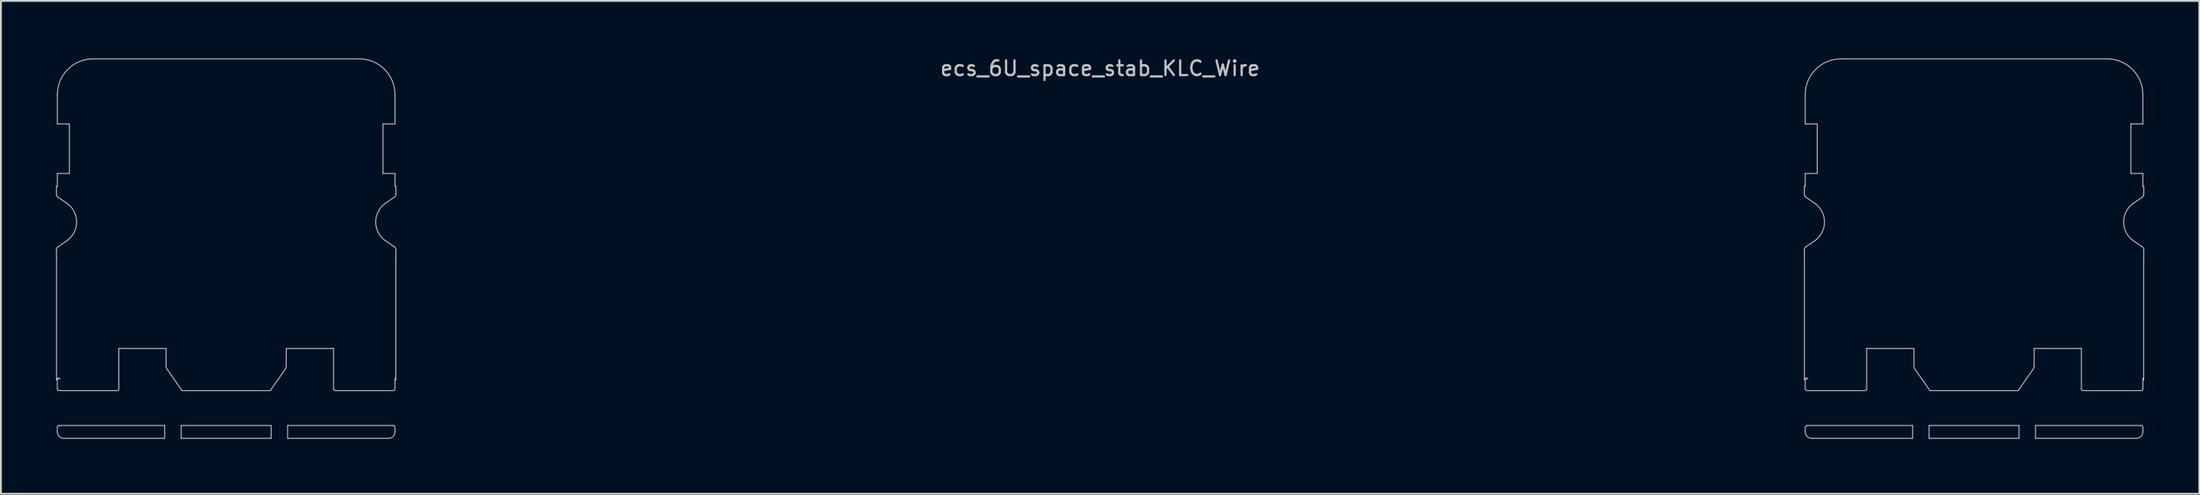
<source format=kicad_pcb>
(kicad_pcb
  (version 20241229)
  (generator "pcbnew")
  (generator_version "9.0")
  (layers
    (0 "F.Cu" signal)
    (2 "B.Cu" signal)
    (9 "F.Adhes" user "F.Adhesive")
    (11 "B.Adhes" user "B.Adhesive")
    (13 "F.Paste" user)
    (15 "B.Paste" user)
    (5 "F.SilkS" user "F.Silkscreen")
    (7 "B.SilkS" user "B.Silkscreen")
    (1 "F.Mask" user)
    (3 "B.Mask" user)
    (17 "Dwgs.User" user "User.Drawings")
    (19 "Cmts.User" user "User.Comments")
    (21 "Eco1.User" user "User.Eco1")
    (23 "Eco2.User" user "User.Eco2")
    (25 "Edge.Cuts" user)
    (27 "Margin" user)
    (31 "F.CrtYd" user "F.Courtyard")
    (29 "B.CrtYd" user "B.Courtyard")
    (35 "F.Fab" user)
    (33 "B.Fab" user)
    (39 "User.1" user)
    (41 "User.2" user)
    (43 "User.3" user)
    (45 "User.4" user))
  (footprint "ecs_6U_space_stab_KLC_Wire"
    (layer "F.Cu")
    (at 56.9 9.061)
    (property "Reference" "ecs_6U_space_stab_KLC_Wire" (at 0 -8.382 0) (layer "Dwgs.User") (effects (font (size 0.8 0.8) (thickness 0.12))))
    (attr smd)
    (fp_line (start -56.875 -1.95) (end -56.825 -1.95) (stroke (width 0.05) (type solid)) (layer "Dwgs.User"))
    (fp_line (start -56.875 -1.516) (end -56.875 -1.95) (stroke (width 0.05) (type solid)) (layer "Dwgs.User"))
    (fp_line (start -56.875 1.95) (end -56.875 1.516) (stroke (width 0.05) (type solid)) (layer "Dwgs.User"))
    (fp_line (start -56.869 1.95) (end -56.875 1.95) (stroke (width 0.05) (type solid)) (layer "Dwgs.User"))
    (fp_line (start -56.869 8.616) (end -56.869 1.95) (stroke (width 0.05) (type solid)) (layer "Dwgs.User"))
    (fp_line (start -56.825 -5.35) (end -56.825 -6.95) (stroke (width 0.05) (type solid)) (layer "Dwgs.User"))
    (fp_line (start -56.825 -2.65) (end -56.17 -2.65) (stroke (width 0.05) (type solid)) (layer "Dwgs.User"))
    (fp_line (start -56.825 -1.95) (end -56.825 -2.65) (stroke (width 0.05) (type solid)) (layer "Dwgs.User"))
    (fp_line (start -56.825 8.55) (end -56.694 8.55) (stroke (width 0.05) (type solid)) (layer "Dwgs.User"))
    (fp_line (start -56.825 9.1) (end -56.825 8.55) (stroke (width 0.05) (type solid)) (layer "Dwgs.User"))
    (fp_line (start -56.825 11.45) (end -56.825 11.2) (stroke (width 0.05) (type solid)) (layer "Dwgs.User"))
    (fp_line (start -56.788 1.351) (end -56.321 1.033) (stroke (width 0.05) (type solid)) (layer "Dwgs.User"))
    (fp_line (start -56.725 11.1) (end -50.975 11.1) (stroke (width 0.05) (type solid)) (layer "Dwgs.User"))
    (fp_line (start -56.321 -1.033) (end -56.788 -1.351) (stroke (width 0.05) (type solid)) (layer "Dwgs.User"))
    (fp_line (start -56.17 -5.35) (end -56.825 -5.35) (stroke (width 0.05) (type solid)) (layer "Dwgs.User"))
    (fp_line (start -56.17 -2.65) (end -56.17 -5.35) (stroke (width 0.05) (type solid)) (layer "Dwgs.User"))
    (fp_line (start -54.875 -8.9) (end -40.375 -8.9) (stroke (width 0.05) (type solid)) (layer "Dwgs.User"))
    (fp_line (start -53.575 9.2) (end -56.725 9.2) (stroke (width 0.05) (type solid)) (layer "Dwgs.User"))
    (fp_line (start -53.475 6.895) (end -53.475 9.1) (stroke (width 0.05) (type solid)) (layer "Dwgs.User"))
    (fp_line (start -50.975 11.1) (end -50.975 11.8) (stroke (width 0.05) (type solid)) (layer "Dwgs.User"))
    (fp_line (start -50.975 11.8) (end -56.475 11.8) (stroke (width 0.05) (type solid)) (layer "Dwgs.User"))
    (fp_line (start -50.9 6.9) (end -53.375 6.9) (stroke (width 0.05) (type solid)) (layer "Dwgs.User"))
    (fp_line (start -50.9 7.84) (end -50.9 6.9) (stroke (width 0.05) (type solid)) (layer "Dwgs.User"))
    (fp_line (start -50.075 11.1) (end -45.175 11.1) (stroke (width 0.05) (type solid)) (layer "Dwgs.User"))
    (fp_line (start -50.075 11.8) (end -50.075 11.1) (stroke (width 0.05) (type solid)) (layer "Dwgs.User"))
    (fp_line (start -50.025 9.2) (end -50.837 8.041) (stroke (width 0.05) (type solid)) (layer "Dwgs.User"))
    (fp_line (start -45.225 9.2) (end -50.025 9.2) (stroke (width 0.05) (type solid)) (layer "Dwgs.User"))
    (fp_line (start -45.175 11.1) (end -45.175 11.8) (stroke (width 0.05) (type solid)) (layer "Dwgs.User"))
    (fp_line (start -45.175 11.8) (end -50.075 11.8) (stroke (width 0.05) (type solid)) (layer "Dwgs.User"))
    (fp_line (start -44.413 8.041) (end -45.225 9.2) (stroke (width 0.05) (type solid)) (layer "Dwgs.User"))
    (fp_line (start -44.35 6.9) (end -44.35 7.84) (stroke (width 0.05) (type solid)) (layer "Dwgs.User"))
    (fp_line (start -44.275 11.1) (end -38.525 11.1) (stroke (width 0.05) (type solid)) (layer "Dwgs.User"))
    (fp_line (start -44.275 11.8) (end -44.275 11.1) (stroke (width 0.05) (type solid)) (layer "Dwgs.User"))
    (fp_line (start -41.875 6.9) (end -44.35 6.9) (stroke (width 0.05) (type solid)) (layer "Dwgs.User"))
    (fp_line (start -41.775 9.1) (end -41.775 6.895) (stroke (width 0.05) (type solid)) (layer "Dwgs.User"))
    (fp_line (start -39.08 -5.35) (end -39.08 -2.65) (stroke (width 0.05) (type solid)) (layer "Dwgs.User"))
    (fp_line (start -39.08 -2.65) (end -38.425 -2.65) (stroke (width 0.05) (type solid)) (layer "Dwgs.User"))
    (fp_line (start -38.929 1.033) (end -38.462 1.351) (stroke (width 0.05) (type solid)) (layer "Dwgs.User"))
    (fp_line (start -38.775 11.8) (end -44.275 11.8) (stroke (width 0.05) (type solid)) (layer "Dwgs.User"))
    (fp_line (start -38.525 9.2) (end -41.675 9.2) (stroke (width 0.05) (type solid)) (layer "Dwgs.User"))
    (fp_line (start -38.462 -1.351) (end -38.929 -1.033) (stroke (width 0.05) (type solid)) (layer "Dwgs.User"))
    (fp_line (start -38.425 8.534) (end -38.425 9.1) (stroke (width 0.05) (type solid)) (layer "Dwgs.User"))
    (fp_line (start -38.425 -6.95) (end -38.425 -5.35) (stroke (width 0.05) (type solid)) (layer "Dwgs.User"))
    (fp_line (start -38.425 -5.35) (end -39.08 -5.35) (stroke (width 0.05) (type solid)) (layer "Dwgs.User"))
    (fp_line (start -38.425 -2.65) (end -38.425 -1.95) (stroke (width 0.05) (type solid)) (layer "Dwgs.User"))
    (fp_line (start -38.425 -1.95) (end -38.375 -1.95) (stroke (width 0.05) (type solid)) (layer "Dwgs.User"))
    (fp_line (start -38.425 11.2) (end -38.425 11.45) (stroke (width 0.05) (type solid)) (layer "Dwgs.User"))
    (fp_line (start -38.381 1.95) (end -38.381 8.616) (stroke (width 0.05) (type solid)) (layer "Dwgs.User"))
    (fp_line (start -38.375 -1.95) (end -38.375 -1.516) (stroke (width 0.05) (type solid)) (layer "Dwgs.User"))
    (fp_line (start -38.375 1.516) (end -38.375 1.95) (stroke (width 0.05) (type solid)) (layer "Dwgs.User"))
    (fp_line (start -38.375 1.95) (end -38.381 1.95) (stroke (width 0.05) (type solid)) (layer "Dwgs.User"))
    (fp_line (start 38.375 -1.95) (end 38.425 -1.95) (stroke (width 0.05) (type solid)) (layer "Dwgs.User"))
    (fp_line (start 38.375 -1.516) (end 38.375 -1.95) (stroke (width 0.05) (type solid)) (layer "Dwgs.User"))
    (fp_line (start 38.375 1.95) (end 38.375 1.516) (stroke (width 0.05) (type solid)) (layer "Dwgs.User"))
    (fp_line (start 38.381 1.95) (end 38.375 1.95) (stroke (width 0.05) (type solid)) (layer "Dwgs.User"))
    (fp_line (start 38.381 8.616) (end 38.381 1.95) (stroke (width 0.05) (type solid)) (layer "Dwgs.User"))
    (fp_line (start 38.425 -5.35) (end 38.425 -6.95) (stroke (width 0.05) (type solid)) (layer "Dwgs.User"))
    (fp_line (start 38.425 -2.65) (end 39.08 -2.65) (stroke (width 0.05) (type solid)) (layer "Dwgs.User"))
    (fp_line (start 38.425 -1.95) (end 38.425 -2.65) (stroke (width 0.05) (type solid)) (layer "Dwgs.User"))
    (fp_line (start 38.425 8.55) (end 38.556 8.55) (stroke (width 0.05) (type solid)) (layer "Dwgs.User"))
    (fp_line (start 38.425 9.1) (end 38.425 8.55) (stroke (width 0.05) (type solid)) (layer "Dwgs.User"))
    (fp_line (start 38.425 11.45) (end 38.425 11.2) (stroke (width 0.05) (type solid)) (layer "Dwgs.User"))
    (fp_line (start 38.462 1.351) (end 38.929 1.033) (stroke (width 0.05) (type solid)) (layer "Dwgs.User"))
    (fp_line (start 38.525 11.1) (end 44.275 11.1) (stroke (width 0.05) (type solid)) (layer "Dwgs.User"))
    (fp_line (start 38.929 -1.033) (end 38.462 -1.351) (stroke (width 0.05) (type solid)) (layer "Dwgs.User"))
    (fp_line (start 39.08 -5.35) (end 38.425 -5.35) (stroke (width 0.05) (type solid)) (layer "Dwgs.User"))
    (fp_line (start 39.08 -2.65) (end 39.08 -5.35) (stroke (width 0.05) (type solid)) (layer "Dwgs.User"))
    (fp_line (start 40.375 -8.9) (end 54.875 -8.9) (stroke (width 0.05) (type solid)) (layer "Dwgs.User"))
    (fp_line (start 41.675 9.2) (end 38.525 9.2) (stroke (width 0.05) (type solid)) (layer "Dwgs.User"))
    (fp_line (start 41.775 6.895) (end 41.775 9.1) (stroke (width 0.05) (type solid)) (layer "Dwgs.User"))
    (fp_line (start 44.275 11.1) (end 44.275 11.8) (stroke (width 0.05) (type solid)) (layer "Dwgs.User"))
    (fp_line (start 44.275 11.8) (end 38.775 11.8) (stroke (width 0.05) (type solid)) (layer "Dwgs.User"))
    (fp_line (start 44.35 6.9) (end 41.875 6.9) (stroke (width 0.05) (type solid)) (layer "Dwgs.User"))
    (fp_line (start 44.35 7.84) (end 44.35 6.9) (stroke (width 0.05) (type solid)) (layer "Dwgs.User"))
    (fp_line (start 45.175 11.1) (end 50.075 11.1) (stroke (width 0.05) (type solid)) (layer "Dwgs.User"))
    (fp_line (start 45.175 11.8) (end 45.175 11.1) (stroke (width 0.05) (type solid)) (layer "Dwgs.User"))
    (fp_line (start 45.225 9.2) (end 44.413 8.041) (stroke (width 0.05) (type solid)) (layer "Dwgs.User"))
    (fp_line (start 50.025 9.2) (end 45.225 9.2) (stroke (width 0.05) (type solid)) (layer "Dwgs.User"))
    (fp_line (start 50.075 11.1) (end 50.075 11.8) (stroke (width 0.05) (type solid)) (layer "Dwgs.User"))
    (fp_line (start 50.075 11.8) (end 45.175 11.8) (stroke (width 0.05) (type solid)) (layer "Dwgs.User"))
    (fp_line (start 50.837 8.041) (end 50.025 9.2) (stroke (width 0.05) (type solid)) (layer "Dwgs.User"))
    (fp_line (start 50.9 6.9) (end 50.9 7.84) (stroke (width 0.05) (type solid)) (layer "Dwgs.User"))
    (fp_line (start 50.975 11.1) (end 56.725 11.1) (stroke (width 0.05) (type solid)) (layer "Dwgs.User"))
    (fp_line (start 50.975 11.8) (end 50.975 11.1) (stroke (width 0.05) (type solid)) (layer "Dwgs.User"))
    (fp_line (start 53.375 6.9) (end 50.9 6.9) (stroke (width 0.05) (type solid)) (layer "Dwgs.User"))
    (fp_line (start 53.475 9.1) (end 53.475 6.895) (stroke (width 0.05) (type solid)) (layer "Dwgs.User"))
    (fp_line (start 56.17 -5.35) (end 56.17 -2.65) (stroke (width 0.05) (type solid)) (layer "Dwgs.User"))
    (fp_line (start 56.17 -2.65) (end 56.825 -2.65) (stroke (width 0.05) (type solid)) (layer "Dwgs.User"))
    (fp_line (start 56.321 1.033) (end 56.788 1.351) (stroke (width 0.05) (type solid)) (layer "Dwgs.User"))
    (fp_line (start 56.475 11.8) (end 50.975 11.8) (stroke (width 0.05) (type solid)) (layer "Dwgs.User"))
    (fp_line (start 56.725 9.2) (end 53.575 9.2) (stroke (width 0.05) (type solid)) (layer "Dwgs.User"))
    (fp_line (start 56.788 -1.351) (end 56.321 -1.033) (stroke (width 0.05) (type solid)) (layer "Dwgs.User"))
    (fp_line (start 56.825 8.534) (end 56.825 9.1) (stroke (width 0.05) (type solid)) (layer "Dwgs.User"))
    (fp_line (start 56.825 -6.95) (end 56.825 -5.35) (stroke (width 0.05) (type solid)) (layer "Dwgs.User"))
    (fp_line (start 56.825 -5.35) (end 56.17 -5.35) (stroke (width 0.05) (type solid)) (layer "Dwgs.User"))
    (fp_line (start 56.825 -2.65) (end 56.825 -1.95) (stroke (width 0.05) (type solid)) (layer "Dwgs.User"))
    (fp_line (start 56.825 -1.95) (end 56.875 -1.95) (stroke (width 0.05) (type solid)) (layer "Dwgs.User"))
    (fp_line (start 56.825 11.2) (end 56.825 11.45) (stroke (width 0.05) (type solid)) (layer "Dwgs.User"))
    (fp_line (start 56.869 1.95) (end 56.869 8.616) (stroke (width 0.05) (type solid)) (layer "Dwgs.User"))
    (fp_line (start 56.875 -1.95) (end 56.875 -1.516) (stroke (width 0.05) (type solid)) (layer "Dwgs.User"))
    (fp_line (start 56.875 1.516) (end 56.875 1.95) (stroke (width 0.05) (type solid)) (layer "Dwgs.User"))
    (fp_line (start 56.875 1.95) (end 56.869 1.95) (stroke (width 0.05) (type solid)) (layer "Dwgs.User"))
    (fp_arc (start -56.875003 1.516225) (mid -56.851822 1.422766) (end -56.787652 1.350973) (stroke (width 0.05) (type solid)) (layer "Dwgs.User"))
    (fp_arc (start -56.86875 8.616395) (mid -56.80427 8.52292) (end -56.693988 8.55) (stroke (width 0.05) (type solid)) (layer "Dwgs.User"))
    (fp_arc (start -56.825 -6.95) (mid -56.253858 -8.328858) (end -54.875 -8.9) (stroke (width 0.05) (type solid)) (layer "Dwgs.User"))
    (fp_arc (start -56.825 11.199994) (mid -56.795712 11.129286) (end -56.725003 11.1) (stroke (width 0.05) (type solid)) (layer "Dwgs.User"))
    (fp_arc (start -56.787652 -1.350973) (mid -56.851822 -1.422766) (end -56.875003 -1.516225) (stroke (width 0.05) (type solid)) (layer "Dwgs.User"))
    (fp_arc (start -56.725003 9.2) (mid -56.795712 9.170714) (end -56.825 9.100006) (stroke (width 0.05) (type solid)) (layer "Dwgs.User"))
    (fp_arc (start -56.475023 11.8) (mid -56.722497 11.697497) (end -56.825 11.450023) (stroke (width 0.05) (type solid)) (layer "Dwgs.User"))
    (fp_arc (start -56.320979 -1.032887) (mid -55.775 0) (end -56.320979 1.032887) (stroke (width 0.05) (type solid)) (layer "Dwgs.User"))
    (fp_arc (start -53.475 9.099996) (mid -53.504288 9.170709) (end -53.575 9.2) (stroke (width 0.05) (type solid)) (layer "Dwgs.User"))
    (fp_arc (start -53.375 6.9) (mid -53.425063 6.898746) (end -53.475 6.894987) (stroke (width 0.05) (type solid)) (layer "Dwgs.User"))
    (fp_arc (start -50.836703 8.040768) (mid -50.883801 7.945263) (end -50.9 7.840016) (stroke (width 0.05) (type solid)) (layer "Dwgs.User"))
    (fp_arc (start -44.35 7.840016) (mid -44.366199 7.945263) (end -44.413297 8.040768) (stroke (width 0.05) (type solid)) (layer "Dwgs.User"))
    (fp_arc (start -41.775 6.894987) (mid -41.824937 6.898746) (end -41.875 6.9) (stroke (width 0.05) (type solid)) (layer "Dwgs.User"))
    (fp_arc (start -41.675 9.2) (mid -41.745712 9.170709) (end -41.775 9.099996) (stroke (width 0.05) (type solid)) (layer "Dwgs.User"))
    (fp_arc (start -40.375 -8.9) (mid -38.996142 -8.328858) (end -38.425 -6.95) (stroke (width 0.05) (type solid)) (layer "Dwgs.User"))
    (fp_arc (start -38.929021 1.032887) (mid -39.475 0) (end -38.929021 -1.032887) (stroke (width 0.05) (type solid)) (layer "Dwgs.User"))
    (fp_arc (start -38.524997 11.1) (mid -38.454288 11.129286) (end -38.425 11.199994) (stroke (width 0.05) (type solid)) (layer "Dwgs.User"))
    (fp_arc (start -38.462348 1.350973) (mid -38.398178 1.422766) (end -38.374997 1.516225) (stroke (width 0.05) (type solid)) (layer "Dwgs.User"))
    (fp_arc (start -38.425001 8.533718) (mid -38.392862 8.569625) (end -38.38125 8.616395) (stroke (width 0.05) (type solid)) (layer "Dwgs.User"))
    (fp_arc (start -38.425 9.100006) (mid -38.454288 9.170714) (end -38.524997 9.2) (stroke (width 0.05) (type solid)) (layer "Dwgs.User"))
    (fp_arc (start -38.425 11.450023) (mid -38.527503 11.697497) (end -38.774977 11.8) (stroke (width 0.05) (type solid)) (layer "Dwgs.User"))
    (fp_arc (start -38.374997 -1.516225) (mid -38.398178 -1.422766) (end -38.462348 -1.350973) (stroke (width 0.05) (type solid)) (layer "Dwgs.User"))
    (fp_arc (start 38.374997 1.516225) (mid 38.398168 1.422757) (end 38.462348 1.350973) (stroke (width 0.05) (type solid)) (layer "Dwgs.User"))
    (fp_arc (start 38.38125 8.616395) (mid 38.445717 8.52296) (end 38.556012 8.55) (stroke (width 0.05) (type solid)) (layer "Dwgs.User"))
    (fp_arc (start 38.425 -6.95) (mid 38.996142 -8.328858) (end 40.375 -8.9) (stroke (width 0.05) (type solid)) (layer "Dwgs.User"))
    (fp_arc (start 38.425 11.199994) (mid 38.45429 11.129288) (end 38.524997 11.1) (stroke (width 0.05) (type solid)) (layer "Dwgs.User"))
    (fp_arc (start 38.462348 -1.350973) (mid 38.398192 -1.422769) (end 38.374997 -1.516225) (stroke (width 0.05) (type solid)) (layer "Dwgs.User"))
    (fp_arc (start 38.524997 9.2) (mid 38.45429 9.170712) (end 38.425 9.100006) (stroke (width 0.05) (type solid)) (layer "Dwgs.User"))
    (fp_arc (start 38.774977 11.8) (mid 38.527513 11.697487) (end 38.425 11.450023) (stroke (width 0.05) (type solid)) (layer "Dwgs.User"))
    (fp_arc (start 38.929021 -1.032887) (mid 39.475 0) (end 38.929021 1.032887) (stroke (width 0.05) (type solid)) (layer "Dwgs.User"))
    (fp_arc (start 41.775 9.099996) (mid 41.745712 9.170709) (end 41.675 9.2) (stroke (width 0.05) (type solid)) (layer "Dwgs.User"))
    (fp_arc (start 41.875 6.9) (mid 41.824937 6.898746) (end 41.775 6.894987) (stroke (width 0.05) (type solid)) (layer "Dwgs.User"))
    (fp_arc (start 44.413297 8.040768) (mid 44.366195 7.945264) (end 44.35 7.840016) (stroke (width 0.05) (type solid)) (layer "Dwgs.User"))
    (fp_arc (start 50.9 7.840016) (mid 50.883797 7.945261) (end 50.836703 8.040768) (stroke (width 0.05) (type solid)) (layer "Dwgs.User"))
    (fp_arc (start 53.475 6.894987) (mid 53.425063 6.898746) (end 53.375 6.9) (stroke (width 0.05) (type solid)) (layer "Dwgs.User"))
    (fp_arc (start 53.575 9.2) (mid 53.504288 9.170709) (end 53.475 9.099996) (stroke (width 0.05) (type solid)) (layer "Dwgs.User"))
    (fp_arc (start 54.875 -8.9) (mid 56.253858 -8.328858) (end 56.825 -6.95) (stroke (width 0.05) (type solid)) (layer "Dwgs.User"))
    (fp_arc (start 56.320979 1.032887) (mid 55.775 0) (end 56.320979 -1.032887) (stroke (width 0.05) (type solid)) (layer "Dwgs.User"))
    (fp_arc (start 56.725003 11.1) (mid 56.79571 11.129288) (end 56.825 11.199994) (stroke (width 0.05) (type solid)) (layer "Dwgs.User"))
    (fp_arc (start 56.787652 1.350973) (mid 56.851808 1.422769) (end 56.875003 1.516225) (stroke (width 0.05) (type solid)) (layer "Dwgs.User"))
    (fp_arc (start 56.824999 8.533718) (mid 56.857153 8.56962) (end 56.86875 8.616395) (stroke (width 0.05) (type solid)) (layer "Dwgs.User"))
    (fp_arc (start 56.825 9.100006) (mid 56.79571 9.170712) (end 56.725003 9.2) (stroke (width 0.05) (type solid)) (layer "Dwgs.User"))
    (fp_arc (start 56.825 11.450023) (mid 56.722487 11.697487) (end 56.475023 11.8) (stroke (width 0.05) (type solid)) (layer "Dwgs.User"))
    (fp_arc (start 56.875003 -1.516225) (mid 56.851832 -1.422757) (end 56.787652 -1.350973) (stroke (width 0.05) (type solid)) (layer "Dwgs.User")))
  (gr_rect
    (start -3 -3)
    (end 116.8 23.886)
    (stroke (width 0.1) (type default))
    (fill no)
    (layer "Edge.Cuts")))
</source>
